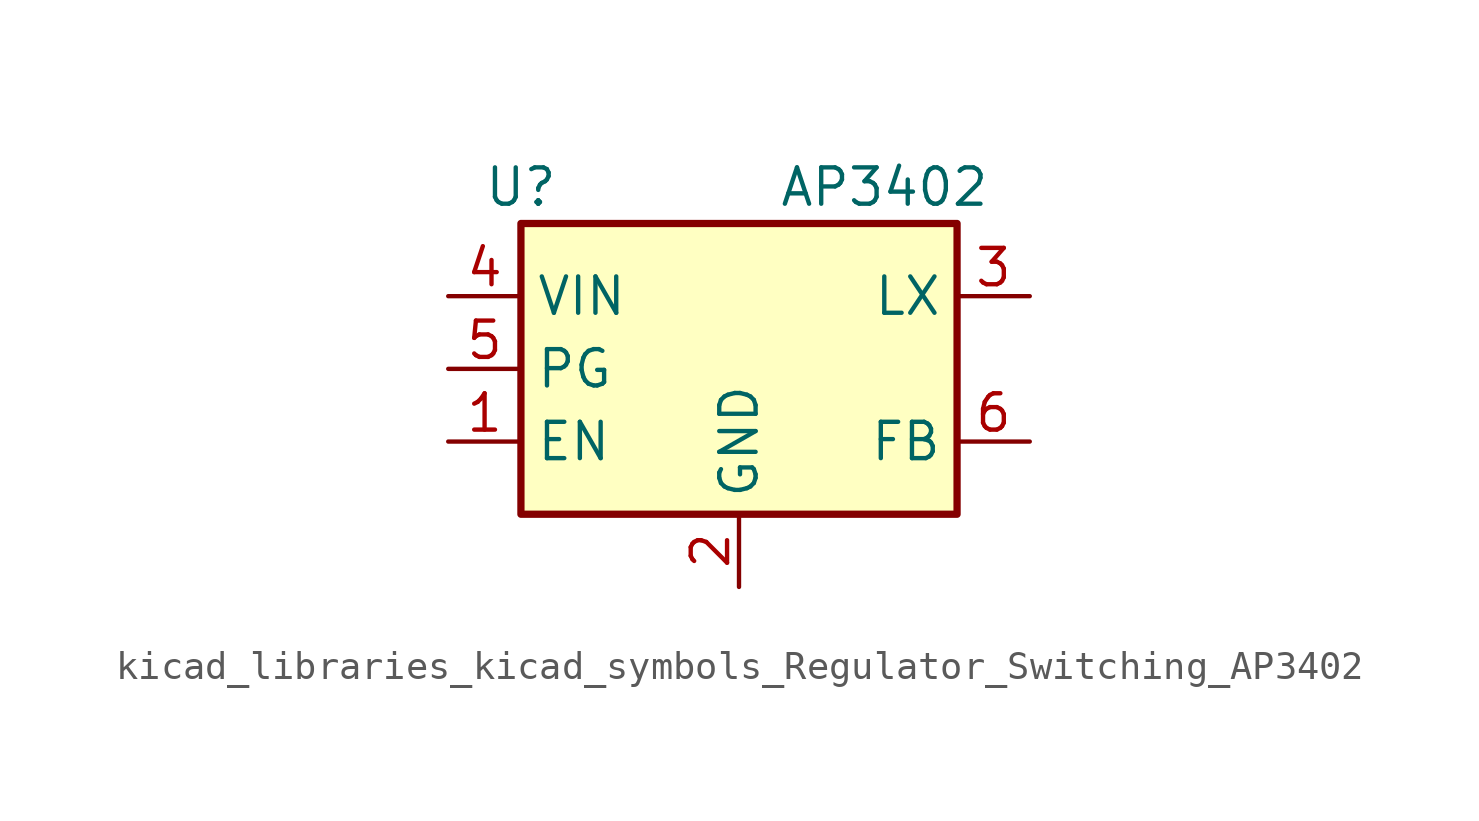
<source format=kicad_sym>
(kicad_symbol_lib
  (version 20220914)
  (generator kicad_symbol_editor)
  (symbol "kicad_libraries_kicad_symbols_Regulator_Switching_AP3402"
    (property "Reference" "U"
      (at -7.62 6.35 0)
      (effects (font (size 1.27 1.27))))
    (property "Value" "AP3402"
      (at 5.08 6.35 0)
      (effects (font (size 1.27 1.27))))
    (symbol "kicad_libraries_kicad_symbols_Regulator_Switching_AP3402_0_1"
      (rectangle (start -7.62 5.08) (end 7.62 -5.08) (stroke (width 0.254) (type default)) (fill (type background))))
    (symbol "kicad_libraries_kicad_symbols_Regulator_Switching_AP3402_1_1"
      (pin input line (at -10.16 -2.54 0) (length 2.54) (name "EN" (effects (font (size 1.27 1.27)))) (number "1" (effects (font (size 1.27 1.27)))))
      (pin power_in line (at 0 -7.62 90) (length 2.54) (name "GND" (effects (font (size 1.27 1.27)))) (number "2" (effects (font (size 1.27 1.27)))))
      (pin power_out line (at 10.16 2.54 180) (length 2.54) (name "LX" (effects (font (size 1.27 1.27)))) (number "3" (effects (font (size 1.27 1.27)))))
      (pin power_in line (at -10.16 2.54 0) (length 2.54) (name "VIN" (effects (font (size 1.27 1.27)))) (number "4" (effects (font (size 1.27 1.27)))))
      (pin input line (at -10.16 0 0) (length 2.54) (name "PG" (effects (font (size 1.27 1.27)))) (number "5" (effects (font (size 1.27 1.27)))))
      (pin input line (at 10.16 -2.54 180) (length 2.54) (name "FB" (effects (font (size 1.27 1.27)))) (number "6" (effects (font (size 1.27 1.27))))))))
</source>
